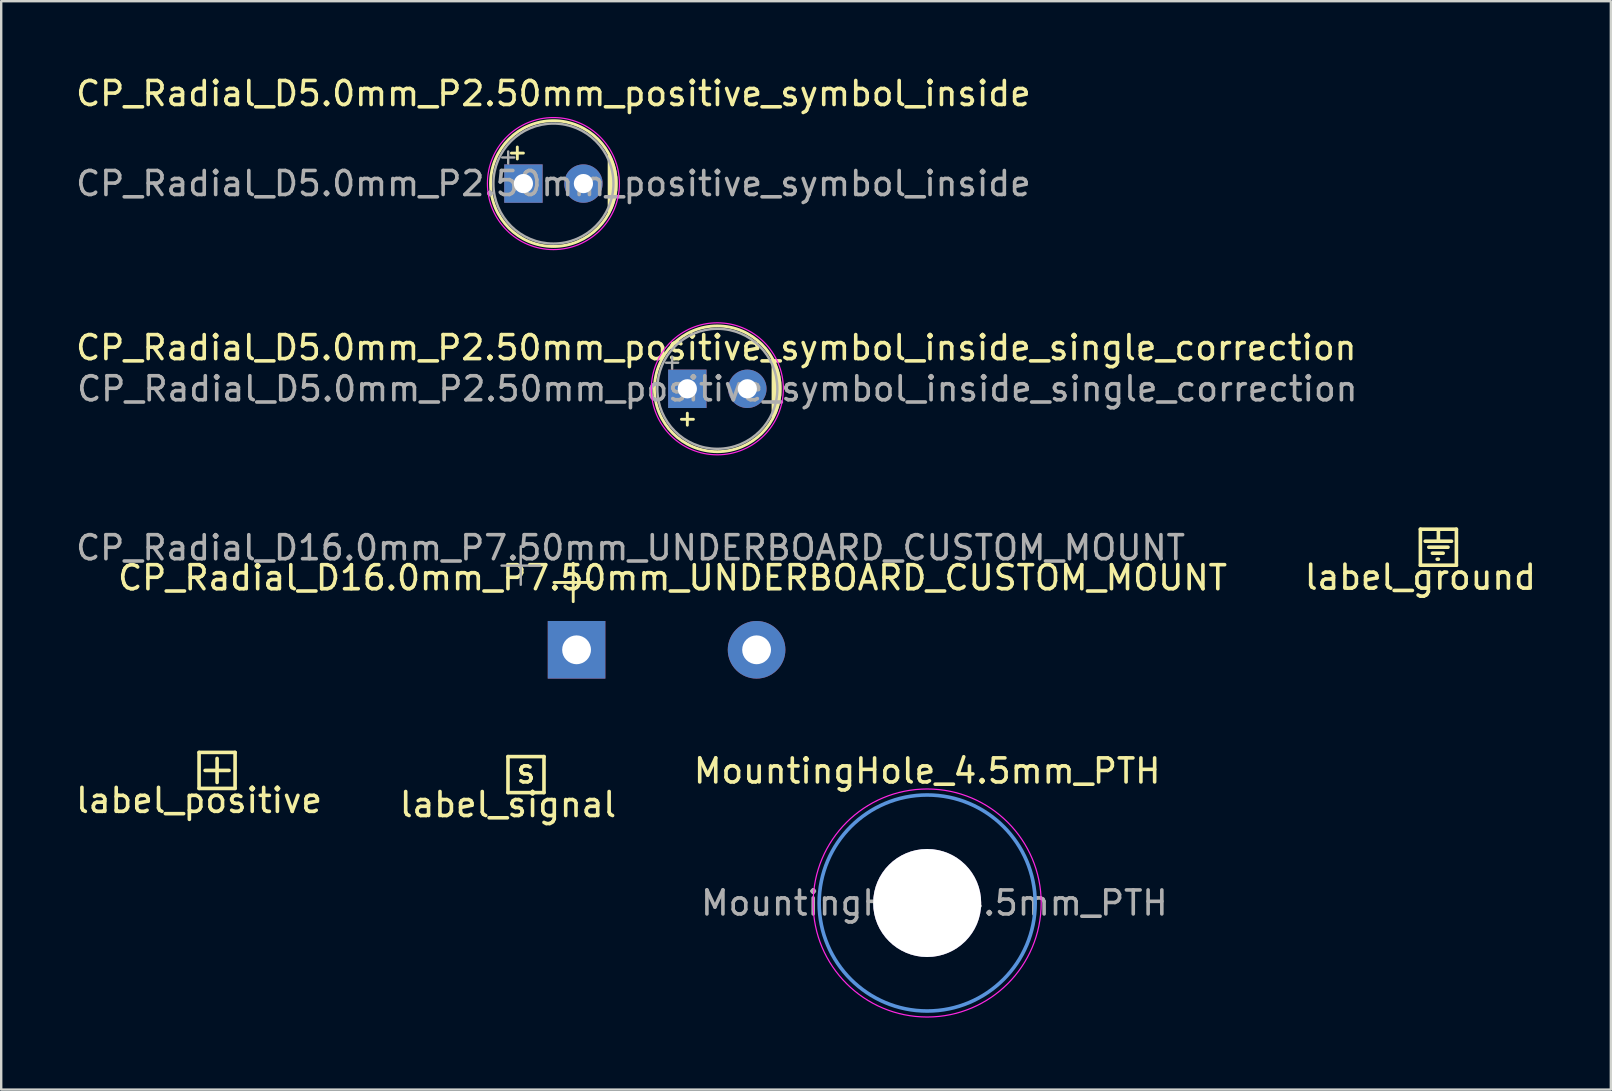
<source format=kicad_pcb>
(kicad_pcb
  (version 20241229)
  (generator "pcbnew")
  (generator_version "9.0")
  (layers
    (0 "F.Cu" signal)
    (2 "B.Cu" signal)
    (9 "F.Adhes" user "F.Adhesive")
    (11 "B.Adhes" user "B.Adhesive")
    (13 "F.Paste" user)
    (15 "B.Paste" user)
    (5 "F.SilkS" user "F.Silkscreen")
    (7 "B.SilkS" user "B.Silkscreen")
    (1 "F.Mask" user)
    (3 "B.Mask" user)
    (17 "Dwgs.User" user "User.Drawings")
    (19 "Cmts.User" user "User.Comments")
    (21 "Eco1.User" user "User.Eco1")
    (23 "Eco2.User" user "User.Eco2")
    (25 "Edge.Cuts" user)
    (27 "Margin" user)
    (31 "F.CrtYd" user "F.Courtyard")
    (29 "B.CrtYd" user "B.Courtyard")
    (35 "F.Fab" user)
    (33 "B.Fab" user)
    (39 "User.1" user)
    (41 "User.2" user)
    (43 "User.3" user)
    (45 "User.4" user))
  (footprint "label_signal"
    (layer "F.Cu")
    (at 18.113 29.97)
    (property "Reference" "label_signal" (at 0 0.5 0) (layer "F.SilkS") (effects (font (size 1 1) (thickness 0.15))))
    (attr through_hole)
    (fp_line (start 0 -1.5) (end 0 0) (stroke (width 0.15) (type solid)) (layer "F.SilkS"))
    (fp_line (start 0 0) (end 1.5 0) (stroke (width 0.15) (type solid)) (layer "F.SilkS"))
    (fp_line (start 1.5 -1.5) (end 0 -1.5) (stroke (width 0.15) (type solid)) (layer "F.SilkS"))
    (fp_line (start 1.5 0) (end 1.5 -1.5) (stroke (width 0.15) (type solid)) (layer "F.SilkS"))
    (fp_text user "s" (at 0.75 -0.9 0) (layer "F.SilkS") (effects (font (size 1 1) (thickness 0.15)))))
  (footprint "label_positive"
    (layer "F.Cu")
    (at 5.244 29.797)
    (property "Reference" "label_positive" (at 0 0.5 0) (layer "F.SilkS") (effects (font (size 1 1) (thickness 0.15))))
    (attr through_hole)
    (fp_line (start 0 -1.5) (end 0 0) (stroke (width 0.15) (type solid)) (layer "F.SilkS"))
    (fp_line (start 0 0) (end 1.5 0) (stroke (width 0.15) (type solid)) (layer "F.SilkS"))
    (fp_line (start 0.25 -0.75) (end 1.25 -0.75) (stroke (width 0.15) (type solid)) (layer "F.SilkS"))
    (fp_line (start 0.75 -1.25) (end 0.75 -0.25) (stroke (width 0.15) (type solid)) (layer "F.SilkS"))
    (fp_line (start 1.5 -1.5) (end 0 -1.5) (stroke (width 0.15) (type solid)) (layer "F.SilkS"))
    (fp_line (start 1.5 0) (end 1.5 -1.5) (stroke (width 0.15) (type solid)) (layer "F.SilkS")))
  (footprint "label_ground"
    (layer "F.Cu")
    (at 56.125 20.498)
    (property "Reference" "label_ground" (at 0 0.5 0) (layer "F.SilkS") (effects (font (size 1 1) (thickness 0.15))))
    (attr through_hole)
    (fp_line (start 0 -1.5) (end 0 0) (stroke (width 0.15) (type solid)) (layer "F.SilkS"))
    (fp_line (start 0 0) (end 1.5 0) (stroke (width 0.15) (type solid)) (layer "F.SilkS"))
    (fp_line (start 0.35 -0.75) (end 1.15 -0.75) (stroke (width 0.15) (type solid)) (layer "F.SilkS"))
    (fp_line (start 0.5 -0.5) (end 0.95 -0.5) (stroke (width 0.15) (type solid)) (layer "F.SilkS"))
    (fp_line (start 0.7 -0.25) (end 0.75 -0.25) (stroke (width 0.15) (type solid)) (layer "F.SilkS"))
    (fp_line (start 0.75 -1.45) (end 0.75 -1) (stroke (width 0.15) (type solid)) (layer "F.SilkS"))
    (fp_line (start 0.75 -1) (end 0.2 -1) (stroke (width 0.15) (type solid)) (layer "F.SilkS"))
    (fp_line (start 0.75 -1) (end 1.3 -1) (stroke (width 0.15) (type solid)) (layer "F.SilkS"))
    (fp_line (start 1.5 -1.5) (end 0 -1.5) (stroke (width 0.15) (type solid)) (layer "F.SilkS"))
    (fp_line (start 1.5 0) (end 1.5 -1.5) (stroke (width 0.15) (type solid)) (layer "F.SilkS")))
  (footprint "CP_Radial_D5.0mm_P2.50mm_positive_symbol_inside_single_correction"
    (layer "F.Cu")
    (at 25.585 13.148)
    (property "Reference" "CP_Radial_D5.0mm_P2.50mm_positive_symbol_inside_single_correction" (at 1.206 -1.714 0) (layer "F.SilkS") (effects (font (size 1 1) (thickness 0.15))))
    (attr through_hole)
    (fp_line (start -0.246 1.27) (end 0.254 1.27) (stroke (width 0.12) (type solid)) (layer "F.SilkS"))
    (fp_line (start 0 1.016) (end 0 1.516) (stroke (width 0.12) (type solid)) (layer "F.SilkS"))
    (fp_line (start 3.571 -1.178) (end 3.571 1.178) (stroke (width 0.12) (type solid)) (layer "F.SilkS"))
    (fp_line (start 3.611 -1.098) (end 3.611 1.098) (stroke (width 0.12) (type solid)) (layer "F.SilkS"))
    (fp_line (start 3.651 -1.011) (end 3.651 1.011) (stroke (width 0.12) (type solid)) (layer "F.SilkS"))
    (fp_line (start 3.691 -0.915) (end 3.691 0.915) (stroke (width 0.12) (type solid)) (layer "F.SilkS"))
    (fp_line (start 3.731 -0.805) (end 3.731 0.805) (stroke (width 0.12) (type solid)) (layer "F.SilkS"))
    (fp_line (start 3.771 -0.677) (end 3.771 0.677) (stroke (width 0.12) (type solid)) (layer "F.SilkS"))
    (fp_line (start 3.811 -0.518) (end 3.811 0.518) (stroke (width 0.12) (type solid)) (layer "F.SilkS"))
    (fp_line (start 3.851 -0.284) (end 3.851 0.284) (stroke (width 0.12) (type solid)) (layer "F.SilkS"))
    (fp_circle (center 1.25 0) (end 3.87 0) (stroke (width 0.12) (type solid)) (fill no) (layer "F.SilkS"))
    (fp_circle (center 1.25 0) (end 4 0) (stroke (width 0.05) (type solid)) (fill no) (layer "F.CrtYd"))
    (fp_line (start -0.884 -1.087) (end -0.384 -1.087) (stroke (width 0.1) (type solid)) (layer "F.Fab"))
    (fp_line (start -0.634 -1.337) (end -0.634 -0.838) (stroke (width 0.1) (type solid)) (layer "F.Fab"))
    (fp_circle (center 1.25 0) (end 3.75 0) (stroke (width 0.1) (type solid)) (fill no) (layer "F.Fab"))
    (fp_text user "${REFERENCE}" (at 1.25 0 0) (layer "F.Fab") (effects (font (size 1 1) (thickness 0.15))))
    (pad "1" thru_hole rect (at 0 0) (size 1.6 1.6) (drill 0.8) (layers "*.Cu" "*.Mask"))
    (pad "2" thru_hole circle (at 2.5 0) (size 1.6 1.6) (drill 0.8) (layers "*.Cu" "*.Mask")))
  (footprint "MountingHole_4.5mm_PTH"
    (layer "F.Cu")
    (at 35.577 34.57)
    (property "Reference" "MountingHole_4.5mm_PTH" (at 0 -5.5 0) (layer "F.SilkS") (effects (font (size 1 1) (thickness 0.15))))
    (attr exclude_from_pos_files exclude_from_bom)
    (fp_circle (center 0 0) (end 4.5 0) (stroke (width 0.15) (type solid)) (fill no) (layer "Cmts.User"))
    (fp_circle (center 0 0) (end 4.75 0) (stroke (width 0.05) (type solid)) (fill no) (layer "F.CrtYd"))
    (fp_text user "${REFERENCE}" (at 0.3 0 0) (layer "F.Fab") (effects (font (size 1 1) (thickness 0.15))))
    (pad "1" thru_hole circle (at 0 0) (size 4.5 4.5) (drill 4.5) (layers "*.Cu" "*.Mask")))
  (footprint "CP_Radial_D5.0mm_P2.50mm_positive_symbol_inside"
    (layer "F.Cu")
    (at 18.756 4.598)
    (property "Reference" "CP_Radial_D5.0mm_P2.50mm_positive_symbol_inside" (at 1.25 -3.75 0) (layer "F.SilkS") (effects (font (size 1 1) (thickness 0.15))))
    (attr through_hole)
    (fp_line (start -0.5 -1.27) (end 0 -1.27) (stroke (width 0.12) (type solid)) (layer "F.SilkS"))
    (fp_line (start -0.254 -1.524) (end -0.254 -1.024) (stroke (width 0.12) (type solid)) (layer "F.SilkS"))
    (fp_line (start 3.571 -1.178) (end 3.571 1.178) (stroke (width 0.12) (type solid)) (layer "F.SilkS"))
    (fp_line (start 3.611 -1.098) (end 3.611 1.098) (stroke (width 0.12) (type solid)) (layer "F.SilkS"))
    (fp_line (start 3.651 -1.011) (end 3.651 1.011) (stroke (width 0.12) (type solid)) (layer "F.SilkS"))
    (fp_line (start 3.691 -0.915) (end 3.691 0.915) (stroke (width 0.12) (type solid)) (layer "F.SilkS"))
    (fp_line (start 3.731 -0.805) (end 3.731 0.805) (stroke (width 0.12) (type solid)) (layer "F.SilkS"))
    (fp_line (start 3.771 -0.677) (end 3.771 0.677) (stroke (width 0.12) (type solid)) (layer "F.SilkS"))
    (fp_line (start 3.811 -0.518) (end 3.811 0.518) (stroke (width 0.12) (type solid)) (layer "F.SilkS"))
    (fp_line (start 3.851 -0.284) (end 3.851 0.284) (stroke (width 0.12) (type solid)) (layer "F.SilkS"))
    (fp_circle (center 1.25 0) (end 3.87 0) (stroke (width 0.12) (type solid)) (fill no) (layer "F.SilkS"))
    (fp_circle (center 1.25 0) (end 4 0) (stroke (width 0.05) (type solid)) (fill no) (layer "F.CrtYd"))
    (fp_line (start -0.884 -1.087) (end -0.384 -1.087) (stroke (width 0.1) (type solid)) (layer "F.Fab"))
    (fp_line (start -0.634 -1.337) (end -0.634 -0.838) (stroke (width 0.1) (type solid)) (layer "F.Fab"))
    (fp_circle (center 1.25 0) (end 3.75 0) (stroke (width 0.1) (type solid)) (fill no) (layer "F.Fab"))
    (fp_text user "${REFERENCE}" (at 1.25 0 0) (layer "F.Fab") (effects (font (size 1 1) (thickness 0.15))))
    (pad "1" thru_hole rect (at 0 0) (size 1.6 1.6) (drill 0.8) (layers "*.Cu" "*.Mask"))
    (pad "2" thru_hole circle (at 2.5 0) (size 1.6 1.6) (drill 0.8) (layers "*.Cu" "*.Mask")))
  (footprint "CP_Radial_D16.0mm_P7.50mm_UNDERBOARD_CUSTOM_MOUNT"
    (layer "F.Cu")
    (at 20.97 24.021)
    (property "Reference" "CP_Radial_D16.0mm_P7.50mm_UNDERBOARD_CUSTOM_MOUNT" (at 4 -3 0) (layer "F.SilkS") (effects (font (size 1 1) (thickness 0.15))))
    (attr through_hole)
    (fp_line (start -0.939 -2.805) (end 0.661 -2.805) (stroke (width 0.12) (type solid)) (layer "F.SilkS"))
    (fp_line (start -0.139 -3.605) (end -0.139 -2.005) (stroke (width 0.12) (type solid)) (layer "F.SilkS"))
    (fp_line (start -3.125 -3.507) (end -1.525 -3.507) (stroke (width 0.1) (type solid)) (layer "F.Fab"))
    (fp_line (start -2.325 -4.308) (end -2.325 -2.708) (stroke (width 0.1) (type solid)) (layer "F.Fab"))
    (fp_text user "${REFERENCE}" (at 2.25 -4.25 0) (layer "F.Fab") (effects (font (size 1 1) (thickness 0.15))))
    (pad "1" thru_hole rect (at 0 0) (size 2.4 2.4) (drill 1.2) (layers "*.Cu" "*.Mask"))
    (pad "2" thru_hole circle (at 7.5 0) (size 2.4 2.4) (drill 1.2) (layers "*.Cu" "*.Mask")))
  (gr_rect
    (start -3 -3)
    (end 64.06 42.345)
    (stroke (width 0.1) (type default))
    (fill no)
    (layer "Edge.Cuts")))
</source>
